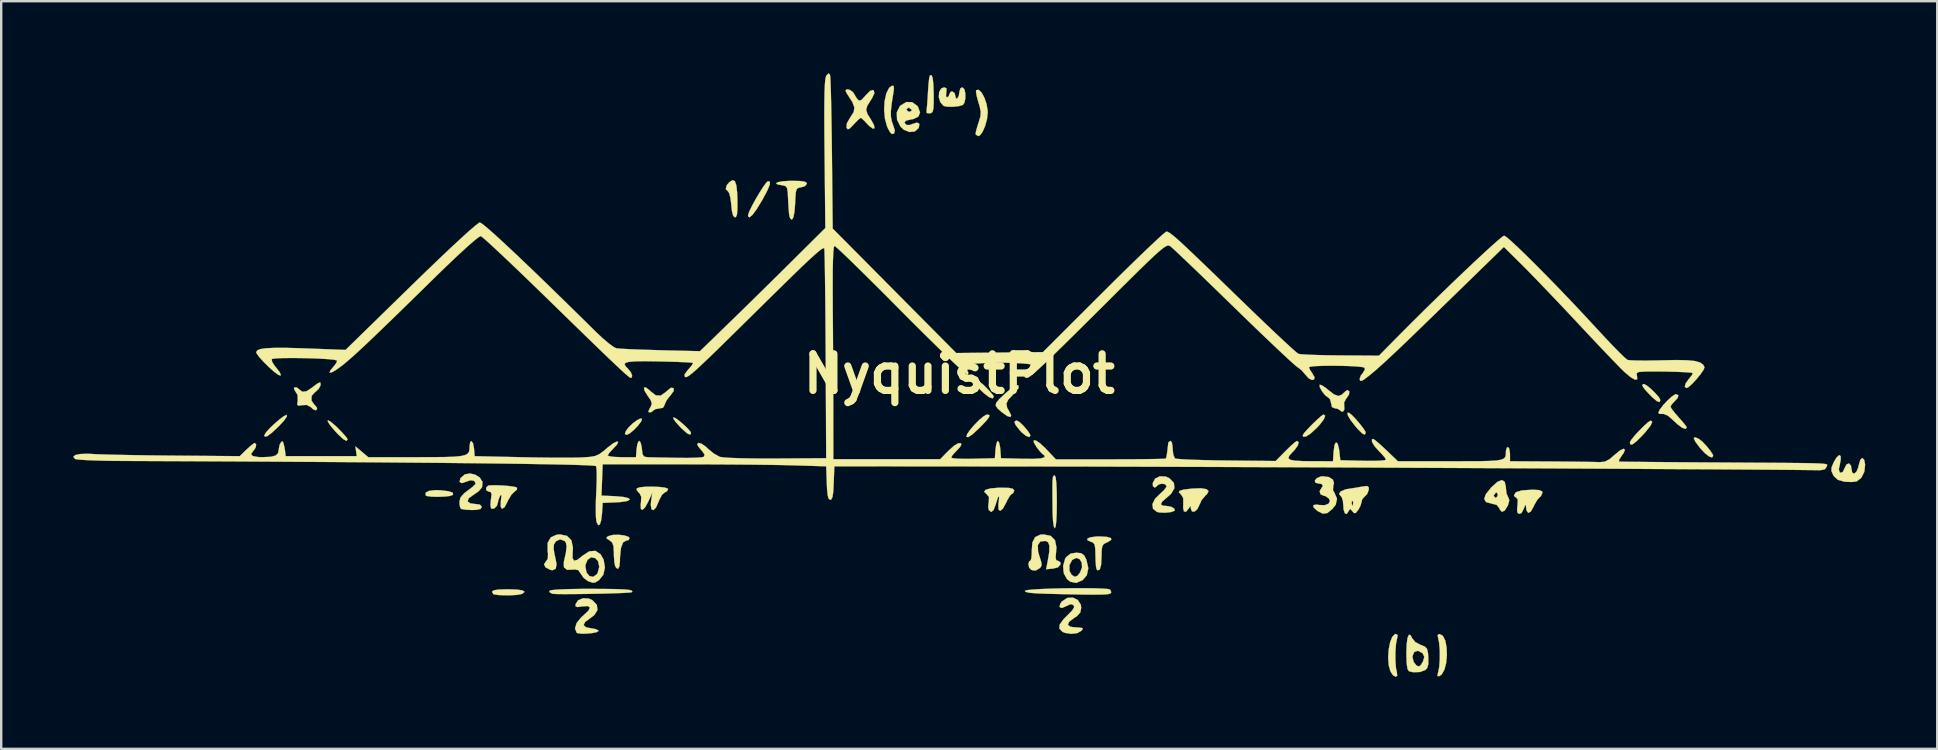
<source format=kicad_pcb>
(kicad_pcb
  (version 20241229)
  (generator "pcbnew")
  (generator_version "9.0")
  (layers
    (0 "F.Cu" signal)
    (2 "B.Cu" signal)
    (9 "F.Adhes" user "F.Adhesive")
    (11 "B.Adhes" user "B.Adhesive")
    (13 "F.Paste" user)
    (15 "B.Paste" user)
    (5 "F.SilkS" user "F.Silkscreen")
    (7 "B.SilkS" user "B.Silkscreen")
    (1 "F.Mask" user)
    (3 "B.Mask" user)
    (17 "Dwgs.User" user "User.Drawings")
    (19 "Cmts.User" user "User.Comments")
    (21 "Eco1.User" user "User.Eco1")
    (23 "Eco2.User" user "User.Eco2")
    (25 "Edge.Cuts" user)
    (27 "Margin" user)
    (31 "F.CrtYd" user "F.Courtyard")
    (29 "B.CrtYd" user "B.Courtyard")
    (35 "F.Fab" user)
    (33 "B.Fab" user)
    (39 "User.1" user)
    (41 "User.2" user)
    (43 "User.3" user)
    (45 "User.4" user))
  (footprint "NyquistPlot"
    (layer "F.Cu")
    (at 36.919 12.527)
    (property "Reference" "NyquistPlot" (at 0 0 0) (layer "F.SilkS") (effects (font (size 1.524 1.524) (thickness 0.3))))
    (attr through_hole)
    (fp_poly (pts (xy -13.22 1.872) (xy -13.256 1.984) (xy -13.383 2.153) (xy -13.555 2.333) (xy -13.728 2.477) (xy -13.858 2.54) (xy -13.863 2.54) (xy -13.933 2.504) (xy -13.889 2.377) (xy -13.773 2.224) (xy -13.605 2.064) (xy -13.428 1.932) (xy -13.284 1.859) (xy -13.22 1.872)) (stroke (width 0.01) (type solid)) (fill yes) (layer "F.SilkS"))
    (fp_poly (pts (xy -11.836 1.839) (xy -11.681 1.948) (xy -11.494 2.104) (xy -11.32 2.27) (xy -11.202 2.408) (xy -11.176 2.465) (xy -11.216 2.537) (xy -11.339 2.48) (xy -11.552 2.291) (xy -11.64 2.203) (xy -11.811 2.011) (xy -11.91 1.867) (xy -11.919 1.815) (xy -11.836 1.839)) (stroke (width 0.01) (type solid)) (fill yes) (layer "F.SilkS"))
    (fp_poly (pts (xy 0.751 0.255) (xy 0.98 0.434) (xy 1.066 0.516) (xy 1.262 0.718) (xy 1.397 0.877) (xy 1.439 0.949) (xy 1.388 1.021) (xy 1.247 0.973) (xy 1.036 0.815) (xy 0.856 0.645) (xy 0.646 0.401) (xy 0.569 0.248) (xy 0.609 0.197) (xy 0.751 0.255)) (stroke (width 0.01) (type solid)) (fill yes) (layer "F.SilkS"))
    (fp_poly (pts (xy 2.51 2.008) (xy 2.666 2.156) (xy 2.824 2.339) (xy 2.937 2.502) (xy 2.963 2.577) (xy 2.912 2.633) (xy 2.782 2.585) (xy 2.612 2.45) (xy 2.519 2.352) (xy 2.345 2.129) (xy 2.294 2) (xy 2.361 1.95) (xy 2.403 1.947) (xy 2.51 2.008)) (stroke (width 0.01) (type solid)) (fill yes) (layer "F.SilkS"))
    (fp_poly (pts (xy 30.808 2.704) (xy 30.95 2.815) (xy 31.123 2.995) (xy 31.285 3.193) (xy 31.392 3.357) (xy 31.411 3.416) (xy 31.362 3.484) (xy 31.233 3.437) (xy 31.052 3.292) (xy 30.862 3.086) (xy 30.67 2.83) (xy 30.6 2.68) (xy 30.653 2.641) (xy 30.808 2.704)) (stroke (width 0.01) (type solid)) (fill yes) (layer "F.SilkS"))
    (fp_poly (pts (xy -26.195 1.99) (xy -25.98 2.174) (xy -25.908 2.244) (xy -25.698 2.459) (xy -25.546 2.632) (xy -25.485 2.725) (xy -25.485 2.727) (xy -25.531 2.794) (xy -25.669 2.719) (xy -25.898 2.504) (xy -25.982 2.415) (xy -26.204 2.154) (xy -26.311 1.99) (xy -26.307 1.932) (xy -26.195 1.99)) (stroke (width 0.01) (type solid)) (fill yes) (layer "F.SilkS"))
    (fp_poly (pts (xy -21.611 4.85) (xy -21.272 4.891) (xy -21.1 4.953) (xy -21.095 5.036) (xy -21.105 5.046) (xy -21.224 5.087) (xy -21.447 5.113) (xy -21.718 5.123) (xy -21.978 5.117) (xy -22.17 5.093) (xy -22.235 5.063) (xy -22.235 4.95) (xy -22.091 4.875) (xy -21.823 4.844) (xy -21.611 4.85)) (stroke (width 0.01) (type solid)) (fill yes) (layer "F.SilkS"))
    (fp_poly (pts (xy 16.35 1.709) (xy 16.513 1.878) (xy 16.69 2.084) (xy 16.841 2.28) (xy 16.926 2.418) (xy 16.933 2.444) (xy 16.899 2.533) (xy 16.793 2.488) (xy 16.608 2.306) (xy 16.486 2.164) (xy 16.298 1.919) (xy 16.19 1.731) (xy 16.17 1.626) (xy 16.24 1.623) (xy 16.35 1.709)) (stroke (width 0.01) (type solid)) (fill yes) (layer "F.SilkS"))
    (fp_poly (pts (xy 28.64 0.481) (xy 28.813 0.622) (xy 28.997 0.801) (xy 29.146 0.971) (xy 29.21 1.086) (xy 29.21 1.089) (xy 29.176 1.177) (xy 29.066 1.14) (xy 28.872 0.974) (xy 28.762 0.864) (xy 28.547 0.63) (xy 28.457 0.49) (xy 28.484 0.429) (xy 28.527 0.423) (xy 28.64 0.481)) (stroke (width 0.01) (type solid)) (fill yes) (layer "F.SilkS"))
    (fp_poly (pts (xy -28.02 1.709) (xy -28.019 1.781) (xy -28.132 1.943) (xy -28.344 2.174) (xy -28.355 2.184) (xy -28.646 2.459) (xy -28.839 2.601) (xy -28.939 2.614) (xy -28.956 2.558) (xy -28.897 2.452) (xy -28.747 2.283) (xy -28.545 2.088) (xy -28.332 1.903) (xy -28.147 1.764) (xy -28.03 1.708) (xy -28.02 1.709)) (stroke (width 0.01) (type solid)) (fill yes) (layer "F.SilkS"))
    (fp_poly (pts (xy 1.251 1.716) (xy 1.244 1.795) (xy 1.131 1.948) (xy 0.902 2.189) (xy 0.814 2.276) (xy 0.544 2.524) (xy 0.371 2.636) (xy 0.296 2.625) (xy 0.321 2.521) (xy 0.439 2.346) (xy 0.616 2.138) (xy 0.815 1.935) (xy 1.002 1.775) (xy 1.141 1.696) (xy 1.161 1.693) (xy 1.251 1.716)) (stroke (width 0.01) (type solid)) (fill yes) (layer "F.SilkS"))
    (fp_poly (pts (xy 15.245 1.745) (xy 15.191 1.889) (xy 15.027 2.107) (xy 14.884 2.262) (xy 14.638 2.486) (xy 14.448 2.609) (xy 14.333 2.62) (xy 14.309 2.558) (xy 14.365 2.468) (xy 14.51 2.304) (xy 14.702 2.106) (xy 14.903 1.912) (xy 15.073 1.762) (xy 15.174 1.694) (xy 15.179 1.693) (xy 15.245 1.745)) (stroke (width 0.01) (type solid)) (fill yes) (layer "F.SilkS"))
    (fp_poly (pts (xy 28.873 1.999) (xy 28.804 2.152) (xy 28.607 2.403) (xy 28.479 2.544) (xy 28.222 2.804) (xy 28.054 2.936) (xy 27.964 2.946) (xy 27.94 2.854) (xy 27.996 2.749) (xy 28.139 2.572) (xy 28.331 2.363) (xy 28.532 2.162) (xy 28.704 2.01) (xy 28.809 1.947) (xy 28.811 1.947) (xy 28.873 1.999)) (stroke (width 0.01) (type solid)) (fill yes) (layer "F.SilkS"))
    (fp_poly (pts (xy -18.427 8.987) (xy -18.196 9.023) (xy -18.113 9.078) (xy -18.187 9.149) (xy -18.253 9.177) (xy -18.416 9.208) (xy -18.668 9.224) (xy -18.951 9.226) (xy -19.208 9.215) (xy -19.381 9.189) (xy -19.417 9.172) (xy -19.471 9.08) (xy -19.403 9.02) (xy -19.199 8.986) (xy -18.843 8.975) (xy -18.796 8.975) (xy -18.427 8.987)) (stroke (width 0.01) (type solid)) (fill yes) (layer "F.SilkS"))
    (fp_poly (pts (xy -7.891 -8.014) (xy -7.893 -7.894) (xy -7.99 -7.655) (xy -8.184 -7.289) (xy -8.234 -7.201) (xy -8.444 -6.858) (xy -8.615 -6.628) (xy -8.736 -6.523) (xy -8.796 -6.554) (xy -8.8 -6.618) (xy -8.755 -6.757) (xy -8.644 -6.986) (xy -8.493 -7.264) (xy -8.325 -7.549) (xy -8.165 -7.799) (xy -8.038 -7.97) (xy -7.98 -8.023) (xy -7.891 -8.014)) (stroke (width 0.01) (type solid)) (fill yes) (layer "F.SilkS"))
    (fp_poly (pts (xy -9.35 -8.03) (xy -9.288 -7.852) (xy -9.253 -7.526) (xy -9.243 -7.218) (xy -9.244 -6.858) (xy -9.263 -6.639) (xy -9.305 -6.537) (xy -9.347 -6.519) (xy -9.422 -6.585) (xy -9.474 -6.791) (xy -9.5 -7.044) (xy -9.535 -7.329) (xy -9.588 -7.531) (xy -9.637 -7.601) (xy -9.73 -7.698) (xy -9.693 -7.855) (xy -9.579 -7.99) (xy -9.446 -8.072) (xy -9.35 -8.03)) (stroke (width 0.01) (type solid)) (fill yes) (layer "F.SilkS"))
    (fp_poly (pts (xy 20.147 10.912) (xy 20.247 11.11) (xy 20.303 11.391) (xy 20.316 11.713) (xy 20.287 12.036) (xy 20.215 12.32) (xy 20.1 12.524) (xy 19.994 12.597) (xy 19.921 12.59) (xy 19.94 12.467) (xy 19.951 12.435) (xy 19.997 12.205) (xy 20.019 11.878) (xy 20.018 11.522) (xy 19.993 11.208) (xy 19.954 11.028) (xy 19.928 10.879) (xy 20.004 10.837) (xy 20.147 10.912)) (stroke (width 0.01) (type solid)) (fill yes) (layer "F.SilkS"))
    (fp_poly (pts (xy 18.266 10.882) (xy 18.24 11.028) (xy 18.195 11.255) (xy 18.172 11.578) (xy 18.171 11.928) (xy 18.192 12.239) (xy 18.23 12.425) (xy 18.248 12.576) (xy 18.182 12.62) (xy 18.073 12.56) (xy 17.963 12.401) (xy 17.963 12.4) (xy 17.891 12.14) (xy 17.868 11.823) (xy 17.889 11.493) (xy 17.948 11.191) (xy 18.037 10.96) (xy 18.152 10.844) (xy 18.188 10.837) (xy 18.266 10.882)) (stroke (width 0.01) (type solid)) (fill yes) (layer "F.SilkS"))
    (fp_poly (pts (xy -2.734 -11.995) (xy -2.723 -11.877) (xy -2.745 -11.716) (xy -2.817 -11.269) (xy -2.851 -10.947) (xy -2.849 -10.709) (xy -2.811 -10.517) (xy -2.766 -10.393) (xy -2.687 -10.148) (xy -2.711 -10.02) (xy -2.807 -9.991) (xy -2.881 -10.061) (xy -2.978 -10.236) (xy -3.005 -10.297) (xy -3.099 -10.632) (xy -3.133 -11.005) (xy -3.111 -11.371) (xy -3.039 -11.69) (xy -2.922 -11.918) (xy -2.805 -12.005) (xy -2.734 -11.995)) (stroke (width 0.01) (type solid)) (fill yes) (layer "F.SilkS"))
    (fp_poly (pts (xy 4.016 4.315) (xy 4.043 4.548) (xy 4.059 4.916) (xy 4.064 5.334) (xy 4.058 5.805) (xy 4.04 6.156) (xy 4.011 6.372) (xy 3.979 6.435) (xy 3.938 6.355) (xy 3.906 6.138) (xy 3.889 5.816) (xy 3.887 5.715) (xy 3.882 5.182) (xy 3.88 4.796) (xy 3.882 4.531) (xy 3.891 4.367) (xy 3.908 4.277) (xy 3.934 4.241) (xy 3.97 4.233) (xy 3.979 4.233) (xy 4.016 4.315)) (stroke (width 0.01) (type solid)) (fill yes) (layer "F.SilkS"))
    (fp_poly (pts (xy -1.109 -12.323) (xy -1.079 -12.051) (xy -1.066 -11.623) (xy -1.067 -11.263) (xy -1.081 -11.038) (xy -1.116 -10.915) (xy -1.177 -10.863) (xy -1.206 -10.855) (xy -1.336 -10.862) (xy -1.365 -10.895) (xy -1.358 -11.039) (xy -1.356 -11.049) (xy -1.343 -11.17) (xy -1.325 -11.411) (xy -1.306 -11.722) (xy -1.304 -11.761) (xy -1.283 -12.07) (xy -1.256 -12.307) (xy -1.231 -12.427) (xy -1.228 -12.432) (xy -1.158 -12.447) (xy -1.109 -12.323)) (stroke (width 0.01) (type solid)) (fill yes) (layer "F.SilkS"))
    (fp_poly (pts (xy 2.464 0.483) (xy 2.469 0.591) (xy 2.333 0.771) (xy 2.249 0.854) (xy 2.042 1.073) (xy 1.961 1.244) (xy 1.996 1.418) (xy 2.079 1.561) (xy 2.162 1.733) (xy 2.129 1.799) (xy 1.999 1.758) (xy 1.787 1.61) (xy 1.753 1.581) (xy 1.592 1.437) (xy 1.516 1.324) (xy 1.536 1.209) (xy 1.659 1.057) (xy 1.896 0.834) (xy 1.972 0.765) (xy 2.233 0.55) (xy 2.4 0.466) (xy 2.464 0.483)) (stroke (width 0.01) (type solid)) (fill yes) (layer "F.SilkS"))
    (fp_poly (pts (xy 0.927 -11.722) (xy 1.042 -11.516) (xy 1.133 -11.254) (xy 1.182 -10.973) (xy 1.185 -10.884) (xy 1.155 -10.614) (xy 1.078 -10.333) (xy 0.973 -10.091) (xy 0.86 -9.936) (xy 0.795 -9.906) (xy 0.689 -9.966) (xy 0.679 -10.012) (xy 0.706 -10.151) (xy 0.773 -10.38) (xy 0.809 -10.49) (xy 0.88 -10.725) (xy 0.894 -10.914) (xy 0.85 -11.138) (xy 0.796 -11.318) (xy 0.726 -11.574) (xy 0.695 -11.76) (xy 0.702 -11.821) (xy 0.807 -11.836) (xy 0.927 -11.722)) (stroke (width 0.01) (type solid)) (fill yes) (layer "F.SilkS"))
    (fp_poly (pts (xy -13.959 6.731) (xy -13.785 6.788) (xy -13.737 6.837) (xy -13.776 6.923) (xy -13.868 6.943) (xy -14.008 7.02) (xy -14.097 7.254) (xy -14.137 7.647) (xy -14.139 7.8) (xy -14.163 8.026) (xy -14.222 8.125) (xy -14.3 8.079) (xy -14.342 7.994) (xy -14.373 7.833) (xy -14.391 7.578) (xy -14.393 7.447) (xy -14.408 7.178) (xy -14.466 7.024) (xy -14.576 6.935) (xy -14.699 6.855) (xy -14.677 6.795) (xy -14.617 6.758) (xy -14.439 6.71) (xy -14.199 6.703) (xy -13.959 6.731)) (stroke (width 0.01) (type solid)) (fill yes) (layer "F.SilkS"))
    (fp_poly (pts (xy -14.759 8.961) (xy -14.292 8.968) (xy -13.962 8.981) (xy -13.751 9.002) (xy -13.644 9.032) (xy -13.623 9.072) (xy -13.641 9.097) (xy -13.734 9.111) (xy -13.965 9.126) (xy -14.301 9.139) (xy -14.711 9.152) (xy -15.163 9.162) (xy -15.624 9.17) (xy -16.064 9.175) (xy -16.449 9.177) (xy -16.748 9.174) (xy -16.93 9.166) (xy -16.959 9.162) (xy -17.073 9.097) (xy -17.083 9.043) (xy -16.988 9.011) (xy -16.734 8.986) (xy -16.329 8.969) (xy -15.783 8.959) (xy -15.379 8.958) (xy -14.759 8.961)) (stroke (width 0.01) (type solid)) (fill yes) (layer "F.SilkS"))
    (fp_poly (pts (xy 6.152 6.791) (xy 6.318 6.841) (xy 6.334 6.915) (xy 6.191 7.006) (xy 6.138 7.027) (xy 6.02 7.088) (xy 5.956 7.187) (xy 5.931 7.37) (xy 5.927 7.613) (xy 5.908 7.956) (xy 5.855 8.149) (xy 5.77 8.186) (xy 5.727 8.154) (xy 5.698 8.047) (xy 5.679 7.822) (xy 5.673 7.573) (xy 5.665 7.278) (xy 5.636 7.111) (xy 5.571 7.029) (xy 5.503 7.003) (xy 5.342 6.935) (xy 5.333 6.867) (xy 5.457 6.811) (xy 5.697 6.777) (xy 5.842 6.773) (xy 6.152 6.791)) (stroke (width 0.01) (type solid)) (fill yes) (layer "F.SilkS"))
    (fp_poly (pts (xy 5.614 8.934) (xy 5.955 8.945) (xy 6.19 8.964) (xy 6.283 8.985) (xy 6.331 9.092) (xy 6.317 9.129) (xy 6.281 9.156) (xy 6.201 9.177) (xy 6.058 9.191) (xy 5.836 9.198) (xy 5.517 9.199) (xy 5.084 9.194) (xy 4.52 9.183) (xy 3.808 9.166) (xy 3.656 9.162) (xy 3.206 9.145) (xy 2.911 9.119) (xy 2.758 9.081) (xy 2.73 9.04) (xy 2.819 9.011) (xy 3.048 8.987) (xy 3.384 8.966) (xy 3.797 8.949) (xy 4.258 8.937) (xy 4.734 8.93) (xy 5.197 8.929) (xy 5.614 8.934)) (stroke (width 0.01) (type solid)) (fill yes) (layer "F.SilkS"))
    (fp_poly (pts (xy 29.962 0.889) (xy 29.928 1.007) (xy 29.803 1.143) (xy 29.677 1.282) (xy 29.633 1.37) (xy 29.687 1.467) (xy 29.825 1.643) (xy 29.972 1.811) (xy 30.153 2.016) (xy 30.276 2.171) (xy 30.311 2.232) (xy 30.258 2.294) (xy 30.118 2.244) (xy 29.919 2.098) (xy 29.77 1.957) (xy 29.52 1.739) (xy 29.333 1.666) (xy 29.287 1.671) (xy 29.157 1.666) (xy 29.125 1.619) (xy 29.183 1.493) (xy 29.325 1.307) (xy 29.51 1.107) (xy 29.694 0.94) (xy 29.832 0.851) (xy 29.855 0.847) (xy 29.962 0.889)) (stroke (width 0.01) (type solid)) (fill yes) (layer "F.SilkS"))
    (fp_poly (pts (xy 10.3 4.803) (xy 10.387 4.886) (xy 10.322 5.011) (xy 10.264 5.061) (xy 10.098 5.256) (xy 10.004 5.463) (xy 9.917 5.641) (xy 9.801 5.738) (xy 9.697 5.737) (xy 9.649 5.619) (xy 9.649 5.615) (xy 9.639 5.508) (xy 9.594 5.554) (xy 9.561 5.609) (xy 9.443 5.747) (xy 9.358 5.729) (xy 9.325 5.57) (xy 9.332 5.44) (xy 9.33 5.177) (xy 9.24 5.027) (xy 9.236 5.023) (xy 9.148 4.934) (xy 9.18 4.87) (xy 9.346 4.823) (xy 9.663 4.783) (xy 9.701 4.779) (xy 10.068 4.766) (xy 10.3 4.803)) (stroke (width 0.01) (type solid)) (fill yes) (layer "F.SilkS"))
    (fp_poly (pts (xy -12.906 0.682) (xy -12.867 0.722) (xy -12.646 0.895) (xy -12.442 0.905) (xy -12.223 0.752) (xy -12.191 0.719) (xy -12.017 0.579) (xy -11.906 0.591) (xy -11.897 0.71) (xy -12.037 0.902) (xy -12.049 0.914) (xy -12.197 1.104) (xy -12.274 1.27) (xy -12.277 1.296) (xy -12.346 1.414) (xy -12.483 1.439) (xy -12.663 1.471) (xy -12.742 1.524) (xy -12.836 1.597) (xy -12.932 1.602) (xy -12.954 1.565) (xy -12.914 1.467) (xy -12.856 1.365) (xy -12.812 1.24) (xy -12.858 1.096) (xy -12.987 0.908) (xy -13.118 0.697) (xy -13.139 0.575) (xy -13.064 0.563) (xy -12.906 0.682)) (stroke (width 0.01) (type solid)) (fill yes) (layer "F.SilkS"))
    (fp_poly (pts (xy -12.516 4.71) (xy -12.28 4.737) (xy -12.146 4.779) (xy -12.133 4.794) (xy -12.174 4.89) (xy -12.256 4.93) (xy -12.384 5.036) (xy -12.503 5.256) (xy -12.527 5.321) (xy -12.64 5.575) (xy -12.748 5.68) (xy -12.827 5.639) (xy -12.854 5.451) (xy -12.842 5.313) (xy -12.792 4.953) (xy -12.954 5.313) (xy -13.089 5.56) (xy -13.199 5.666) (xy -13.267 5.629) (xy -13.276 5.446) (xy -13.264 5.362) (xy -13.251 5.122) (xy -13.32 4.979) (xy -13.359 4.946) (xy -13.446 4.835) (xy -13.434 4.769) (xy -13.312 4.727) (xy -13.084 4.704) (xy -12.801 4.699) (xy -12.516 4.71)) (stroke (width 0.01) (type solid)) (fill yes) (layer "F.SilkS"))
    (fp_poly (pts (xy 24.159 4.842) (xy 24.281 4.895) (xy 24.299 4.949) (xy 24.234 5.096) (xy 24.181 5.139) (xy 24.076 5.257) (xy 23.958 5.465) (xy 23.929 5.531) (xy 23.812 5.736) (xy 23.706 5.792) (xy 23.634 5.697) (xy 23.615 5.562) (xy 23.604 5.452) (xy 23.571 5.487) (xy 23.524 5.609) (xy 23.423 5.802) (xy 23.317 5.832) (xy 23.262 5.792) (xy 23.24 5.683) (xy 23.254 5.482) (xy 23.259 5.453) (xy 23.269 5.239) (xy 23.21 5.165) (xy 23.123 5.097) (xy 23.114 5.048) (xy 23.195 4.929) (xy 23.439 4.856) (xy 23.846 4.828) (xy 23.897 4.827) (xy 24.159 4.842)) (stroke (width 0.01) (type solid)) (fill yes) (layer "F.SilkS"))
    (fp_poly (pts (xy -26.622 0.358) (xy -26.61 0.472) (xy -26.692 0.627) (xy -26.831 0.757) (xy -26.849 0.767) (xy -26.985 0.919) (xy -26.989 1.115) (xy -26.882 1.27) (xy -26.775 1.392) (xy -26.755 1.45) (xy -26.804 1.521) (xy -26.92 1.479) (xy -27.015 1.39) (xy -27.189 1.294) (xy -27.373 1.305) (xy -27.543 1.326) (xy -27.589 1.269) (xy -27.564 1.133) (xy -27.571 0.878) (xy -27.645 0.76) (xy -27.722 0.626) (xy -27.701 0.56) (xy -27.589 0.574) (xy -27.516 0.636) (xy -27.372 0.745) (xy -27.202 0.727) (xy -26.972 0.577) (xy -26.927 0.54) (xy -26.754 0.41) (xy -26.639 0.355) (xy -26.622 0.358)) (stroke (width 0.01) (type solid)) (fill yes) (layer "F.SilkS"))
    (fp_poly (pts (xy 5.085 7.473) (xy 5.209 7.571) (xy 5.297 7.748) (xy 5.376 8.096) (xy 5.313 8.394) (xy 5.136 8.596) (xy 4.869 8.711) (xy 4.625 8.659) (xy 4.487 8.551) (xy 4.353 8.309) (xy 4.343 8.2) (xy 4.588 8.2) (xy 4.674 8.365) (xy 4.81 8.457) (xy 4.929 8.408) (xy 5.033 8.274) (xy 5.114 8.06) (xy 5.099 7.862) (xy 5.011 7.719) (xy 4.874 7.668) (xy 4.712 7.746) (xy 4.701 7.757) (xy 4.591 7.963) (xy 4.588 8.2) (xy 4.343 8.2) (xy 4.325 8.005) (xy 4.407 7.71) (xy 4.45 7.639) (xy 4.632 7.49) (xy 4.877 7.451) (xy 5.085 7.473)) (stroke (width 0.01) (type solid)) (fill yes) (layer "F.SilkS"))
    (fp_poly (pts (xy 15.101 0.472) (xy 15.265 0.582) (xy 15.367 0.666) (xy 15.618 0.859) (xy 15.801 0.922) (xy 15.947 0.862) (xy 16.002 0.804) (xy 16.124 0.698) (xy 16.182 0.677) (xy 16.252 0.735) (xy 16.234 0.866) (xy 16.141 1.005) (xy 16.124 1.021) (xy 16.03 1.199) (xy 16.039 1.322) (xy 16.043 1.485) (xy 15.985 1.577) (xy 15.899 1.556) (xy 15.876 1.525) (xy 15.756 1.453) (xy 15.658 1.439) (xy 15.527 1.385) (xy 15.494 1.237) (xy 15.449 1.062) (xy 15.372 0.987) (xy 15.246 0.893) (xy 15.117 0.734) (xy 15.025 0.57) (xy 15.009 0.459) (xy 15.014 0.452) (xy 15.101 0.472)) (stroke (width 0.01) (type solid)) (fill yes) (layer "F.SilkS"))
    (fp_poly (pts (xy -6.646 -8.036) (xy -6.448 -8.011) (xy -6.361 -7.961) (xy -6.35 -7.922) (xy -6.425 -7.823) (xy -6.583 -7.774) (xy -6.7 -7.753) (xy -6.771 -7.7) (xy -6.81 -7.578) (xy -6.829 -7.351) (xy -6.84 -7.091) (xy -6.868 -6.743) (xy -6.915 -6.515) (xy -6.976 -6.422) (xy -7.044 -6.478) (xy -7.07 -6.54) (xy -7.093 -6.674) (xy -7.114 -6.923) (xy -7.131 -7.235) (xy -7.131 -7.239) (xy -7.147 -7.549) (xy -7.173 -7.729) (xy -7.227 -7.816) (xy -7.324 -7.85) (xy -7.387 -7.858) (xy -7.585 -7.897) (xy -7.633 -7.943) (xy -7.549 -7.989) (xy -7.353 -8.025) (xy -7.061 -8.043) (xy -6.985 -8.043) (xy -6.646 -8.036)) (stroke (width 0.01) (type solid)) (fill yes) (layer "F.SilkS"))
    (fp_poly (pts (xy 0.208 -11.866) (xy 0.251 -11.692) (xy 0.253 -11.48) (xy 0.213 -11.294) (xy 0.15 -11.206) (xy -0.015 -11.155) (xy -0.255 -11.128) (xy -0.493 -11.129) (xy -0.649 -11.162) (xy -0.654 -11.164) (xy -0.793 -11.324) (xy -0.854 -11.535) (xy -0.839 -11.743) (xy -0.75 -11.894) (xy -0.629 -11.938) (xy -0.533 -11.898) (xy -0.537 -11.752) (xy -0.543 -11.726) (xy -0.555 -11.566) (xy -0.51 -11.515) (xy -0.433 -11.583) (xy -0.423 -11.642) (xy -0.356 -11.754) (xy -0.296 -11.769) (xy -0.193 -11.698) (xy -0.169 -11.594) (xy -0.137 -11.477) (xy -0.085 -11.472) (xy -0.019 -11.589) (xy 0 -11.731) (xy 0.045 -11.898) (xy 0.127 -11.938) (xy 0.208 -11.866)) (stroke (width 0.01) (type solid)) (fill yes) (layer "F.SilkS"))
    (fp_poly (pts (xy 2.059 4.751) (xy 2.223 4.783) (xy 2.284 4.845) (xy 2.286 4.868) (xy 2.239 4.981) (xy 2.198 4.995) (xy 2.117 5.067) (xy 2.008 5.248) (xy 1.945 5.382) (xy 1.814 5.619) (xy 1.704 5.709) (xy 1.634 5.65) (xy 1.626 5.445) (xy 1.636 5.366) (xy 1.661 5.149) (xy 1.645 5.091) (xy 1.595 5.188) (xy 1.524 5.419) (xy 1.431 5.669) (xy 1.331 5.755) (xy 1.228 5.673) (xy 1.226 5.671) (xy 1.204 5.531) (xy 1.227 5.339) (xy 1.237 5.133) (xy 1.139 5.011) (xy 1.127 5.004) (xy 1.035 4.908) (xy 1.098 4.829) (xy 1.302 4.772) (xy 1.633 4.745) (xy 1.757 4.743) (xy 2.059 4.751)) (stroke (width 0.01) (type solid)) (fill yes) (layer "F.SilkS"))
    (fp_poly (pts (xy -15.438 9.362) (xy -15.289 9.428) (xy -15.102 9.623) (xy -15.075 9.839) (xy -15.206 10.051) (xy -15.367 10.171) (xy -15.591 10.337) (xy -15.653 10.468) (xy -15.554 10.559) (xy -15.346 10.599) (xy -15.142 10.636) (xy -15.033 10.695) (xy -15.028 10.71) (xy -15.103 10.761) (xy -15.288 10.8) (xy -15.523 10.823) (xy -15.751 10.825) (xy -15.91 10.802) (xy -15.942 10.785) (xy -16.012 10.607) (xy -15.945 10.382) (xy -15.752 10.142) (xy -15.666 10.067) (xy -15.453 9.867) (xy -15.39 9.735) (xy -15.477 9.674) (xy -15.713 9.69) (xy -15.723 9.692) (xy -15.917 9.717) (xy -15.99 9.68) (xy -15.987 9.595) (xy -15.881 9.431) (xy -15.678 9.349) (xy -15.438 9.362)) (stroke (width 0.01) (type solid)) (fill yes) (layer "F.SilkS"))
    (fp_poly (pts (xy 22.727 4.497) (xy 22.775 4.722) (xy 22.775 4.764) (xy 22.802 4.987) (xy 22.867 5.137) (xy 22.87 5.141) (xy 22.918 5.263) (xy 22.864 5.464) (xy 22.849 5.497) (xy 22.725 5.696) (xy 22.607 5.749) (xy 22.515 5.647) (xy 22.498 5.594) (xy 22.388 5.459) (xy 22.172 5.404) (xy 21.946 5.342) (xy 21.869 5.212) (xy 21.914 5.085) (xy 22.267 5.085) (xy 22.332 5.162) (xy 22.352 5.165) (xy 22.426 5.096) (xy 22.437 5.033) (xy 22.396 4.945) (xy 22.352 4.953) (xy 22.271 5.061) (xy 22.267 5.085) (xy 21.914 5.085) (xy 21.941 5.01) (xy 22.163 4.732) (xy 22.164 4.73) (xy 22.418 4.501) (xy 22.607 4.423) (xy 22.727 4.497)) (stroke (width 0.01) (type solid)) (fill yes) (layer "F.SilkS"))
    (fp_poly (pts (xy -19.006 4.652) (xy -18.721 4.677) (xy -18.508 4.711) (xy -18.427 4.741) (xy -18.432 4.827) (xy -18.523 4.9) (xy -18.658 5.033) (xy -18.793 5.255) (xy -18.829 5.336) (xy -18.95 5.561) (xy -19.052 5.624) (xy -19.109 5.531) (xy -19.101 5.288) (xy -19.097 5.261) (xy -19.074 5.075) (xy -19.098 5.041) (xy -19.13 5.08) (xy -19.208 5.266) (xy -19.218 5.345) (xy -19.265 5.496) (xy -19.369 5.604) (xy -19.476 5.625) (xy -19.512 5.594) (xy -19.534 5.458) (xy -19.516 5.24) (xy -19.51 5.208) (xy -19.487 5.006) (xy -19.528 4.922) (xy -19.591 4.911) (xy -19.705 4.857) (xy -19.718 4.747) (xy -19.633 4.658) (xy -19.579 4.646) (xy -19.31 4.64) (xy -19.006 4.652)) (stroke (width 0.01) (type solid)) (fill yes) (layer "F.SilkS"))
    (fp_poly (pts (xy 8.599 4.277) (xy 8.756 4.348) (xy 8.941 4.541) (xy 8.963 4.763) (xy 8.824 4.998) (xy 8.678 5.128) (xy 8.462 5.314) (xy 8.396 5.432) (xy 8.479 5.492) (xy 8.631 5.503) (xy 8.816 5.534) (xy 8.949 5.606) (xy 8.979 5.687) (xy 8.962 5.708) (xy 8.816 5.76) (xy 8.584 5.784) (xy 8.351 5.777) (xy 8.234 5.751) (xy 8.071 5.621) (xy 8.046 5.429) (xy 8.156 5.205) (xy 8.34 5.02) (xy 8.52 4.855) (xy 8.625 4.715) (xy 8.636 4.678) (xy 8.57 4.596) (xy 8.427 4.575) (xy 8.289 4.62) (xy 8.255 4.657) (xy 8.149 4.742) (xy 8.07 4.686) (xy 8.059 4.553) (xy 8.158 4.365) (xy 8.356 4.268) (xy 8.599 4.277)) (stroke (width 0.01) (type solid)) (fill yes) (layer "F.SilkS"))
    (fp_poly (pts (xy 15.398 4.299) (xy 15.567 4.408) (xy 15.613 4.566) (xy 15.586 4.643) (xy 15.569 4.838) (xy 15.629 4.949) (xy 15.739 5.203) (xy 15.684 5.451) (xy 15.54 5.634) (xy 15.331 5.801) (xy 15.145 5.825) (xy 14.927 5.715) (xy 14.92 5.71) (xy 14.76 5.564) (xy 14.75 5.469) (xy 14.886 5.445) (xy 14.989 5.462) (xy 15.222 5.473) (xy 15.386 5.409) (xy 15.444 5.296) (xy 15.4 5.196) (xy 15.259 5.095) (xy 15.192 5.08) (xy 15.05 5.02) (xy 15.013 4.89) (xy 15.061 4.802) (xy 15.15 4.662) (xy 15.084 4.584) (xy 14.98 4.572) (xy 14.835 4.534) (xy 14.814 4.445) (xy 14.894 4.347) (xy 15.057 4.277) (xy 15.139 4.267) (xy 15.398 4.299)) (stroke (width 0.01) (type solid)) (fill yes) (layer "F.SilkS"))
    (fp_poly (pts (xy 4.939 9.422) (xy 5.063 9.618) (xy 5.08 9.743) (xy 5.044 9.938) (xy 4.909 10.089) (xy 4.78 10.173) (xy 4.576 10.328) (xy 4.524 10.454) (xy 4.624 10.534) (xy 4.749 10.554) (xy 5.005 10.571) (xy 5.126 10.59) (xy 5.143 10.628) (xy 5.09 10.699) (xy 5.08 10.71) (xy 4.911 10.803) (xy 4.66 10.831) (xy 4.403 10.792) (xy 4.297 10.746) (xy 4.169 10.615) (xy 4.184 10.443) (xy 4.346 10.217) (xy 4.503 10.061) (xy 4.707 9.854) (xy 4.786 9.719) (xy 4.761 9.638) (xy 4.645 9.593) (xy 4.471 9.67) (xy 4.454 9.681) (xy 4.267 9.757) (xy 4.176 9.711) (xy 4.209 9.572) (xy 4.28 9.477) (xy 4.498 9.335) (xy 4.734 9.322) (xy 4.939 9.422)) (stroke (width 0.01) (type solid)) (fill yes) (layer "F.SilkS"))
    (fp_poly (pts (xy -1.964 -11.321) (xy -1.752 -11.167) (xy -1.722 -11.125) (xy -1.635 -10.893) (xy -1.704 -10.718) (xy -1.919 -10.615) (xy -2.019 -10.599) (xy -2.223 -10.549) (xy -2.285 -10.466) (xy -2.203 -10.373) (xy -2.071 -10.368) (xy -1.947 -10.414) (xy -1.758 -10.471) (xy -1.662 -10.413) (xy -1.687 -10.258) (xy -1.696 -10.24) (xy -1.853 -10.1) (xy -2.074 -10.077) (xy -2.306 -10.167) (xy -2.449 -10.298) (xy -2.595 -10.592) (xy -2.605 -10.894) (xy -2.549 -11.007) (xy -2.201 -11.007) (xy -2.132 -10.932) (xy -2.069 -10.922) (xy -1.982 -10.963) (xy -1.99 -11.007) (xy -2.098 -11.088) (xy -2.122 -11.091) (xy -2.199 -11.027) (xy -2.201 -11.007) (xy -2.549 -11.007) (xy -2.476 -11.154) (xy -2.455 -11.176) (xy -2.213 -11.325) (xy -1.964 -11.321)) (stroke (width 0.01) (type solid)) (fill yes) (layer "F.SilkS"))
    (fp_poly (pts (xy 18.806 10.89) (xy 18.867 11.013) (xy 18.998 11.174) (xy 19.226 11.294) (xy 19.4 11.363) (xy 19.49 11.46) (xy 19.529 11.639) (xy 19.542 11.808) (xy 19.543 12.092) (xy 19.494 12.26) (xy 19.42 12.337) (xy 19.195 12.422) (xy 18.913 12.432) (xy 18.733 12.39) (xy 18.673 12.291) (xy 18.638 12.045) (xy 18.631 11.791) (xy 18.881 11.791) (xy 18.931 12.002) (xy 19.052 12.155) (xy 19.153 12.192) (xy 19.235 12.124) (xy 19.321 11.977) (xy 19.374 11.794) (xy 19.315 11.66) (xy 19.283 11.627) (xy 19.107 11.536) (xy 18.955 11.588) (xy 18.882 11.763) (xy 18.881 11.791) (xy 18.631 11.791) (xy 18.627 11.642) (xy 18.627 11.64) (xy 18.64 11.254) (xy 18.678 10.993) (xy 18.734 10.867) (xy 18.806 10.89)) (stroke (width 0.01) (type solid)) (fill yes) (layer "F.SilkS"))
    (fp_poly (pts (xy -20.165 4.201) (xy -19.978 4.323) (xy -19.868 4.496) (xy -19.878 4.7) (xy -19.897 4.742) (xy -20.034 4.899) (xy -20.238 5.039) (xy -20.44 5.183) (xy -20.486 5.31) (xy -20.379 5.395) (xy -20.193 5.419) (xy -19.974 5.446) (xy -19.897 5.534) (xy -19.897 5.546) (xy -19.943 5.627) (xy -20.104 5.666) (xy -20.306 5.673) (xy -20.557 5.662) (xy -20.731 5.634) (xy -20.772 5.616) (xy -20.814 5.497) (xy -20.828 5.331) (xy -20.782 5.146) (xy -20.624 4.969) (xy -20.489 4.868) (xy -20.292 4.719) (xy -20.17 4.602) (xy -20.151 4.565) (xy -20.216 4.455) (xy -20.378 4.436) (xy -20.54 4.492) (xy -20.729 4.553) (xy -20.821 4.504) (xy -20.789 4.362) (xy -20.774 4.335) (xy -20.605 4.188) (xy -20.388 4.15) (xy -20.165 4.201)) (stroke (width 0.01) (type solid)) (fill yes) (layer "F.SilkS"))
    (fp_poly (pts (xy 36.723 3.427) (xy 36.726 3.566) (xy 36.678 3.83) (xy 36.645 3.974) (xy 36.682 4.099) (xy 36.721 4.123) (xy 36.814 4.081) (xy 36.878 3.943) (xy 36.965 3.772) (xy 37.073 3.732) (xy 37.153 3.824) (xy 37.169 3.937) (xy 37.203 4.115) (xy 37.284 4.157) (xy 37.38 4.077) (xy 37.459 3.887) (xy 37.475 3.807) (xy 37.541 3.579) (xy 37.625 3.503) (xy 37.701 3.581) (xy 37.741 3.774) (xy 37.71 4.076) (xy 37.583 4.33) (xy 37.389 4.479) (xy 37.38 4.482) (xy 37.187 4.506) (xy 36.927 4.497) (xy 36.875 4.491) (xy 36.605 4.416) (xy 36.438 4.261) (xy 36.412 4.218) (xy 36.337 4.05) (xy 36.342 3.901) (xy 36.429 3.689) (xy 36.543 3.496) (xy 36.648 3.393) (xy 36.67 3.387) (xy 36.723 3.427)) (stroke (width 0.01) (type solid)) (fill yes) (layer "F.SilkS"))
    (fp_poly (pts (xy 17.06 4.726) (xy 17.062 4.828) (xy 16.991 5.013) (xy 16.906 5.094) (xy 16.786 5.23) (xy 16.764 5.319) (xy 16.717 5.495) (xy 16.624 5.666) (xy 16.516 5.798) (xy 16.442 5.798) (xy 16.38 5.725) (xy 16.293 5.631) (xy 16.24 5.679) (xy 16.226 5.713) (xy 16.143 5.837) (xy 16.065 5.811) (xy 16.012 5.656) (xy 16.002 5.508) (xy 15.99 5.369) (xy 16.347 5.369) (xy 16.363 5.479) (xy 16.392 5.48) (xy 16.412 5.367) (xy 16.399 5.318) (xy 16.361 5.286) (xy 16.347 5.369) (xy 15.99 5.369) (xy 15.982 5.283) (xy 15.933 5.138) (xy 15.917 5.122) (xy 15.825 5.01) (xy 15.884 4.902) (xy 16.077 4.818) (xy 16.192 4.795) (xy 16.492 4.748) (xy 16.771 4.7) (xy 16.814 4.692) (xy 16.994 4.672) (xy 17.06 4.726)) (stroke (width 0.01) (type solid)) (fill yes) (layer "F.SilkS"))
    (fp_poly (pts (xy 3.809 6.75) (xy 3.988 6.931) (xy 4.048 7.231) (xy 4.035 7.407) (xy 4.013 7.647) (xy 4.038 7.761) (xy 4.114 7.789) (xy 4.214 7.853) (xy 4.218 7.938) (xy 4.112 8.063) (xy 3.903 8.113) (xy 3.616 8.141) (xy 3.681 7.817) (xy 3.747 7.42) (xy 3.754 7.161) (xy 3.701 7.015) (xy 3.591 6.96) (xy 3.376 6.985) (xy 3.273 7.134) (xy 3.283 7.401) (xy 3.338 7.596) (xy 3.415 7.84) (xy 3.431 7.977) (xy 3.387 8.06) (xy 3.33 8.107) (xy 3.187 8.193) (xy 3.063 8.186) (xy 2.985 8.157) (xy 2.906 8.063) (xy 2.88 7.92) (xy 2.913 7.808) (xy 2.955 7.789) (xy 2.997 7.713) (xy 3.018 7.52) (xy 3.018 7.379) (xy 3.045 7.023) (xy 3.16 6.801) (xy 3.374 6.7) (xy 3.511 6.689) (xy 3.809 6.75)) (stroke (width 0.01) (type solid)) (fill yes) (layer "F.SilkS"))
    (fp_poly (pts (xy -4.561 -11.832) (xy -4.438 -11.746) (xy -4.408 -11.705) (xy -4.269 -11.474) (xy -4.171 -11.38) (xy -4.071 -11.416) (xy -3.927 -11.573) (xy -3.905 -11.599) (xy -3.721 -11.785) (xy -3.598 -11.828) (xy -3.564 -11.808) (xy -3.538 -11.693) (xy -3.629 -11.495) (xy -3.684 -11.41) (xy -3.833 -11.172) (xy -3.88 -10.999) (xy -3.824 -10.824) (xy -3.687 -10.607) (xy -3.557 -10.374) (xy -3.531 -10.238) (xy -3.599 -10.215) (xy -3.749 -10.324) (xy -3.822 -10.4) (xy -3.979 -10.565) (xy -4.088 -10.66) (xy -4.106 -10.668) (xy -4.185 -10.611) (xy -4.33 -10.467) (xy -4.398 -10.393) (xy -4.555 -10.231) (xy -4.643 -10.188) (xy -4.696 -10.25) (xy -4.7 -10.262) (xy -4.685 -10.438) (xy -4.546 -10.681) (xy -4.536 -10.695) (xy -4.399 -10.913) (xy -4.371 -11.104) (xy -4.455 -11.324) (xy -4.586 -11.528) (xy -4.693 -11.697) (xy -4.741 -11.801) (xy -4.741 -11.803) (xy -4.685 -11.858) (xy -4.561 -11.832)) (stroke (width 0.01) (type solid)) (fill yes) (layer "F.SilkS"))
    (fp_poly (pts (xy -16.341 6.751) (xy -16.161 6.936) (xy -16.098 7.242) (xy -16.107 7.406) (xy -16.114 7.671) (xy -16.052 7.784) (xy -15.912 7.749) (xy -15.698 7.578) (xy -15.418 7.395) (xy -15.164 7.373) (xy -14.951 7.51) (xy -14.818 7.742) (xy -14.764 8.067) (xy -14.831 8.369) (xy -15.008 8.591) (xy -15.012 8.594) (xy -15.159 8.688) (xy -15.27 8.704) (xy -15.436 8.648) (xy -15.474 8.633) (xy -15.652 8.5) (xy -15.766 8.335) (xy -15.874 8.177) (xy -16.029 8.148) (xy -16.086 8.158) (xy -16.343 8.164) (xy -16.474 8.057) (xy -16.474 8.037) (xy -15.579 8.037) (xy -15.53 8.279) (xy -15.409 8.426) (xy -15.254 8.456) (xy -15.105 8.351) (xy -15.068 8.293) (xy -15 8.035) (xy -15.055 7.8) (xy -15.169 7.676) (xy -15.344 7.645) (xy -15.491 7.749) (xy -15.573 7.954) (xy -15.579 8.037) (xy -16.474 8.037) (xy -16.478 7.84) (xy -16.473 7.82) (xy -16.389 7.44) (xy -16.363 7.188) (xy -16.392 7.031) (xy -16.45 6.958) (xy -16.632 6.896) (xy -16.805 6.973) (xy -16.892 7.116) (xy -16.901 7.296) (xy -16.86 7.544) (xy -16.842 7.61) (xy -16.779 7.928) (xy -16.815 8.12) (xy -16.948 8.182) (xy -17.039 8.165) (xy -17.242 8.061) (xy -17.303 7.934) (xy -17.225 7.82) (xy -17.145 7.702) (xy -17.137 7.495) (xy -17.154 7.374) (xy -17.15 7.038) (xy -17.021 6.811) (xy -16.771 6.699) (xy -16.637 6.689) (xy -16.341 6.751)) (stroke (width 0.01) (type solid)) (fill yes) (layer "F.SilkS"))
    (fp_poly (pts (xy -5.397 -12.476) (xy -5.385 -12.446) (xy -5.373 -12.335) (xy -5.361 -12.074) (xy -5.349 -11.683) (xy -5.337 -11.182) (xy -5.326 -10.59) (xy -5.316 -9.927) (xy -5.307 -9.213) (xy -5.307 -9.186) (xy -5.275 -6.054) (xy -0.127 -0.868) (xy 1.679 -0.887) (xy 3.486 -0.907) (xy 6.001 -3.417) (xy 6.54 -3.953) (xy 7.046 -4.45) (xy 7.504 -4.895) (xy 7.902 -5.277) (xy 8.226 -5.581) (xy 8.463 -5.797) (xy 8.601 -5.911) (xy 8.629 -5.927) (xy 8.678 -5.918) (xy 8.745 -5.885) (xy 8.841 -5.817) (xy 8.977 -5.707) (xy 9.163 -5.543) (xy 9.409 -5.316) (xy 9.727 -5.016) (xy 10.126 -4.634) (xy 10.618 -4.16) (xy 11.213 -3.584) (xy 11.714 -3.097) (xy 12.232 -2.596) (xy 12.716 -2.132) (xy 13.152 -1.718) (xy 13.525 -1.369) (xy 13.821 -1.096) (xy 14.026 -0.914) (xy 14.125 -0.836) (xy 14.127 -0.834) (xy 14.253 -0.817) (xy 14.519 -0.8) (xy 14.896 -0.786) (xy 15.355 -0.775) (xy 15.867 -0.769) (xy 15.875 -0.769) (xy 17.484 -0.758) (xy 18.415 -1.7) (xy 18.916 -2.202) (xy 19.438 -2.719) (xy 19.967 -3.236) (xy 20.488 -3.74) (xy 20.987 -4.218) (xy 21.45 -4.655) (xy 21.861 -5.038) (xy 22.207 -5.353) (xy 22.473 -5.587) (xy 22.644 -5.725) (xy 22.702 -5.757) (xy 22.8 -5.698) (xy 22.998 -5.528) (xy 23.283 -5.264) (xy 23.64 -4.918) (xy 24.055 -4.506) (xy 24.514 -4.042) (xy 25.002 -3.541) (xy 25.504 -3.016) (xy 26.007 -2.482) (xy 26.496 -1.953) (xy 26.541 -1.905) (xy 26.901 -1.516) (xy 27.229 -1.17) (xy 27.507 -0.887) (xy 27.714 -0.686) (xy 27.832 -0.587) (xy 27.842 -0.581) (xy 27.973 -0.565) (xy 28.239 -0.556) (xy 28.609 -0.553) (xy 29.048 -0.559) (xy 29.295 -0.565) (xy 29.886 -0.576) (xy 30.331 -0.567) (xy 30.648 -0.535) (xy 30.861 -0.476) (xy 30.989 -0.388) (xy 31.05 -0.279) (xy 31.013 -0.173) (xy 30.891 0.006) (xy 30.72 0.215) (xy 30.538 0.412) (xy 30.382 0.551) (xy 30.3 0.593) (xy 30.228 0.538) (xy 30.263 0.399) (xy 30.392 0.216) (xy 30.41 0.196) (xy 30.526 0.051) (xy 30.558 -0.034) (xy 30.556 -0.037) (xy 30.461 -0.054) (xy 30.234 -0.07) (xy 29.915 -0.084) (xy 29.543 -0.094) (xy 29.155 -0.1) (xy 28.791 -0.1) (xy 28.548 -0.096) (xy 28.323 -0.08) (xy 28.229 -0.036) (xy 28.228 0.057) (xy 28.236 0.085) (xy 28.247 0.226) (xy 28.156 0.244) (xy 27.977 0.143) (xy 27.719 -0.073) (xy 27.684 -0.106) (xy 27.523 -0.266) (xy 27.267 -0.529) (xy 26.936 -0.875) (xy 26.551 -1.28) (xy 26.131 -1.726) (xy 25.766 -2.117) (xy 25.305 -2.609) (xy 24.834 -3.106) (xy 24.381 -3.581) (xy 23.972 -4.006) (xy 23.633 -4.353) (xy 23.459 -4.528) (xy 22.69 -5.288) (xy 21.865 -4.485) (xy 21.574 -4.202) (xy 21.189 -3.827) (xy 20.737 -3.387) (xy 20.244 -2.908) (xy 19.739 -2.416) (xy 19.343 -2.031) (xy 18.698 -1.407) (xy 18.16 -0.895) (xy 17.72 -0.485) (xy 17.366 -0.168) (xy 17.089 0.065) (xy 16.877 0.224) (xy 16.792 0.279) (xy 16.7 0.291) (xy 16.682 0.202) (xy 16.734 0.064) (xy 16.812 -0.036) (xy 16.896 -0.174) (xy 16.891 -0.253) (xy 16.795 -0.283) (xy 16.572 -0.307) (xy 16.258 -0.325) (xy 15.892 -0.335) (xy 15.51 -0.339) (xy 15.149 -0.335) (xy 14.846 -0.323) (xy 14.64 -0.303) (xy 14.565 -0.275) (xy 14.614 -0.165) (xy 14.692 -0.047) (xy 14.804 0.141) (xy 14.779 0.237) (xy 14.692 0.254) (xy 14.56 0.189) (xy 14.425 0.039) (xy 14.256 -0.157) (xy 14.093 -0.279) (xy 13.992 -0.359) (xy 13.784 -0.545) (xy 13.483 -0.823) (xy 13.104 -1.18) (xy 12.66 -1.603) (xy 12.165 -2.079) (xy 11.634 -2.594) (xy 11.434 -2.788) (xy 10.893 -3.315) (xy 10.384 -3.809) (xy 9.922 -4.255) (xy 9.52 -4.64) (xy 9.192 -4.952) (xy 8.952 -5.177) (xy 8.814 -5.301) (xy 8.792 -5.319) (xy 8.744 -5.344) (xy 8.686 -5.347) (xy 8.607 -5.317) (xy 8.496 -5.244) (xy 8.341 -5.118) (xy 8.13 -4.929) (xy 7.852 -4.666) (xy 7.496 -4.32) (xy 7.049 -3.879) (xy 6.501 -3.335) (xy 6.15 -2.985) (xy 5.436 -2.276) (xy 4.833 -1.677) (xy 4.33 -1.182) (xy 3.917 -0.779) (xy 3.586 -0.462) (xy 3.327 -0.22) (xy 3.131 -0.045) (xy 2.988 0.072) (xy 2.888 0.14) (xy 2.823 0.167) (xy 2.806 0.169) (xy 2.717 0.132) (xy 2.763 0.012) (xy 2.893 -0.142) (xy 3.01 -0.287) (xy 3.043 -0.371) (xy 3.041 -0.373) (xy 2.927 -0.406) (xy 2.681 -0.433) (xy 2.34 -0.452) (xy 1.942 -0.463) (xy 1.524 -0.464) (xy 1.123 -0.454) (xy 0.978 -0.447) (xy 0.181 -0.399) (xy 0.307 -0.207) (xy 0.379 -0.038) (xy 0.348 0.037) (xy 0.273 -0.011) (xy 0.091 -0.167) (xy -0.184 -0.421) (xy -0.541 -0.761) (xy -0.967 -1.175) (xy -1.45 -1.65) (xy -1.979 -2.176) (xy -2.423 -2.622) (xy -2.978 -3.182) (xy -3.499 -3.702) (xy -3.973 -4.171) (xy -4.387 -4.578) (xy -4.73 -4.909) (xy -4.988 -5.153) (xy -5.149 -5.298) (xy -5.2 -5.334) (xy -5.228 -5.27) (xy -5.249 -5.074) (xy -5.264 -4.737) (xy -5.273 -4.255) (xy -5.275 -3.618) (xy -5.272 -2.821) (xy -5.271 -2.646) (xy -5.265 -1.877) (xy -5.26 -1.066) (xy -5.256 -0.252) (xy -5.253 0.52) (xy -5.25 1.209) (xy -5.25 1.774) (xy -5.25 1.799) (xy -5.249 3.556) (xy -0.796 3.556) (xy -0.466 3.217) (xy -0.231 3.004) (xy -0.047 2.891) (xy 0.063 2.888) (xy 0.085 2.949) (xy 0.029 3.049) (xy -0.109 3.2) (xy -0.127 3.217) (xy -0.27 3.371) (xy -0.338 3.482) (xy -0.339 3.489) (xy -0.26 3.516) (xy -0.046 3.535) (xy 0.267 3.542) (xy 0.572 3.538) (xy 1.482 3.514) (xy 1.508 3.154) (xy 1.539 2.934) (xy 1.588 2.807) (xy 1.609 2.794) (xy 1.66 2.869) (xy 1.7 3.059) (xy 1.71 3.154) (xy 1.736 3.514) (xy 2.646 3.538) (xy 3.109 3.541) (xy 3.411 3.519) (xy 3.554 3.473) (xy 3.546 3.4) (xy 3.475 3.347) (xy 3.375 3.248) (xy 3.236 3.074) (xy 3.22 3.051) (xy 3.105 2.857) (xy 3.102 2.767) (xy 3.192 2.778) (xy 3.356 2.886) (xy 3.575 3.087) (xy 3.617 3.131) (xy 4.022 3.56) (xy 6.299 3.56) (xy 6.902 3.559) (xy 7.447 3.556) (xy 7.912 3.551) (xy 8.275 3.545) (xy 8.514 3.538) (xy 8.605 3.53) (xy 8.606 3.53) (xy 8.635 3.434) (xy 8.665 3.239) (xy 8.669 3.21) (xy 8.694 2.997) (xy 8.71 2.863) (xy 8.711 2.857) (xy 8.787 2.796) (xy 8.805 2.794) (xy 8.859 2.869) (xy 8.888 3.056) (xy 8.89 3.128) (xy 8.914 3.356) (xy 8.974 3.507) (xy 8.993 3.525) (xy 9.103 3.543) (xy 9.358 3.562) (xy 9.733 3.579) (xy 10.204 3.593) (xy 10.745 3.605) (xy 11.138 3.61) (xy 13.181 3.631) (xy 13.594 3.213) (xy 13.808 3.004) (xy 13.979 2.854) (xy 14.071 2.794) (xy 14.073 2.794) (xy 14.142 2.847) (xy 14.104 2.984) (xy 13.973 3.168) (xy 13.885 3.26) (xy 13.751 3.406) (xy 13.712 3.509) (xy 13.784 3.577) (xy 13.982 3.617) (xy 14.322 3.635) (xy 14.706 3.639) (xy 15.569 3.641) (xy 15.595 3.239) (xy 15.634 2.964) (xy 15.695 2.852) (xy 15.762 2.903) (xy 15.819 3.118) (xy 15.833 3.217) (xy 15.875 3.598) (xy 16.828 3.622) (xy 17.206 3.626) (xy 17.514 3.618) (xy 17.716 3.599) (xy 17.78 3.575) (xy 17.724 3.48) (xy 17.581 3.316) (xy 17.484 3.217) (xy 17.297 3.008) (xy 17.195 2.834) (xy 17.193 2.728) (xy 17.243 2.709) (xy 17.326 2.764) (xy 17.498 2.909) (xy 17.724 3.115) (xy 17.787 3.175) (xy 18.275 3.641) (xy 20.474 3.641) (xy 21.157 3.64) (xy 21.69 3.638) (xy 22.091 3.628) (xy 22.378 3.61) (xy 22.572 3.577) (xy 22.689 3.529) (xy 22.75 3.46) (xy 22.772 3.367) (xy 22.775 3.247) (xy 22.775 3.21) (xy 22.812 3.077) (xy 22.86 3.048) (xy 22.916 3.122) (xy 22.944 3.305) (xy 22.945 3.344) (xy 22.945 3.641) (xy 24.68 3.651) (xy 25.224 3.655) (xy 25.726 3.66) (xy 26.155 3.666) (xy 26.481 3.672) (xy 26.674 3.678) (xy 26.691 3.678) (xy 26.894 3.659) (xy 27.092 3.556) (xy 27.316 3.364) (xy 27.533 3.187) (xy 27.678 3.12) (xy 27.734 3.158) (xy 27.68 3.297) (xy 27.594 3.419) (xy 27.496 3.571) (xy 27.483 3.651) (xy 27.489 3.654) (xy 27.586 3.658) (xy 27.835 3.662) (xy 28.217 3.666) (xy 28.715 3.671) (xy 29.312 3.676) (xy 29.99 3.682) (xy 30.73 3.687) (xy 31.2 3.69) (xy 32.246 3.696) (xy 33.135 3.701) (xy 33.88 3.705) (xy 34.494 3.71) (xy 34.988 3.715) (xy 35.376 3.72) (xy 35.669 3.727) (xy 35.881 3.736) (xy 36.024 3.747) (xy 36.111 3.761) (xy 36.153 3.778) (xy 36.164 3.799) (xy 36.156 3.824) (xy 36.142 3.853) (xy 36.136 3.873) (xy 36.06 3.98) (xy 35.869 4.014) (xy 35.812 4.014) (xy 35.585 4.01) (xy 35.2 4.006) (xy 34.666 4) (xy 33.995 3.995) (xy 33.196 3.989) (xy 32.28 3.983) (xy 31.258 3.976) (xy 30.14 3.97) (xy 28.937 3.963) (xy 27.659 3.955) (xy 26.317 3.948) (xy 24.921 3.941) (xy 23.482 3.934) (xy 22.009 3.927) (xy 20.515 3.92) (xy 19.008 3.913) (xy 17.501 3.906) (xy 16.002 3.899) (xy 14.523 3.893) (xy 13.075 3.887) (xy 11.667 3.882) (xy 10.31 3.877) (xy 9.015 3.873) (xy 7.792 3.869) (xy 6.652 3.866) (xy 5.605 3.863) (xy 4.662 3.861) (xy 3.833 3.86) (xy 3.81 3.86) (xy -5.207 3.852) (xy -5.232 4.551) (xy -5.251 4.913) (xy -5.284 5.132) (xy -5.333 5.233) (xy -5.376 5.249) (xy -5.44 5.208) (xy -5.483 5.066) (xy -5.51 4.797) (xy -5.521 4.551) (xy -5.546 3.852) (xy -6.943 3.81) (xy -7.358 3.8) (xy -7.913 3.791) (xy -8.577 3.783) (xy -9.318 3.777) (xy -10.108 3.772) (xy -10.916 3.769) (xy -11.599 3.768) (xy -14.859 3.768) (xy -14.884 4.42) (xy -14.908 5.072) (xy -14.34 5.097) (xy -13.98 5.13) (xy -13.775 5.182) (xy -13.727 5.242) (xy -13.84 5.299) (xy -14.115 5.341) (xy -14.282 5.351) (xy -14.859 5.376) (xy -14.885 5.8) (xy -14.92 6.097) (xy -14.975 6.271) (xy -15.04 6.308) (xy -15.105 6.193) (xy -15.12 6.139) (xy -15.14 5.961) (xy -15.146 5.659) (xy -15.141 5.278) (xy -15.126 4.92) (xy -15.11 4.524) (xy -15.106 4.186) (xy -15.115 3.945) (xy -15.135 3.841) (xy -15.229 3.826) (xy -15.489 3.81) (xy -15.911 3.795) (xy -16.49 3.779) (xy -17.224 3.765) (xy -18.107 3.75) (xy -19.138 3.736) (xy -20.31 3.722) (xy -21.622 3.708) (xy -23.068 3.696) (xy -24.646 3.683) (xy -26.351 3.671) (xy -28.18 3.66) (xy -30.128 3.649) (xy -32.192 3.639) (xy -34.368 3.63) (xy -34.851 3.628) (xy -35.403 3.623) (xy -35.9 3.612) (xy -36.318 3.596) (xy -36.631 3.577) (xy -36.811 3.556) (xy -36.841 3.546) (xy -36.914 3.455) (xy -36.84 3.385) (xy -36.638 3.34) (xy -36.33 3.329) (xy -36.11 3.339) (xy -35.879 3.351) (xy -35.505 3.362) (xy -35.012 3.374) (xy -34.429 3.385) (xy -33.779 3.395) (xy -33.09 3.403) (xy -32.75 3.406) (xy -29.981 3.429) (xy -29.698 3.154) (xy -29.517 2.991) (xy -29.386 2.892) (xy -29.354 2.879) (xy -29.296 2.938) (xy -29.317 3.069) (xy -29.405 3.202) (xy -29.421 3.217) (xy -29.511 3.34) (xy -29.439 3.424) (xy -29.207 3.466) (xy -29.043 3.471) (xy -28.692 3.456) (xy -28.481 3.402) (xy -28.381 3.299) (xy -28.362 3.187) (xy -28.325 2.978) (xy -28.282 2.881) (xy -28.211 2.799) (xy -28.165 2.868) (xy -28.16 2.881) (xy -28.117 3.062) (xy -28.092 3.217) (xy -28.067 3.429) (xy -25.104 3.429) (xy -25.133 3.224) (xy -25.161 3.02) (xy -24.625 3.471) (xy -22.616 3.471) (xy -21.948 3.47) (xy -21.43 3.465) (xy -21.043 3.451) (xy -20.768 3.424) (xy -20.586 3.382) (xy -20.478 3.32) (xy -20.424 3.234) (xy -20.406 3.121) (xy -20.405 3.031) (xy -20.38 2.842) (xy -20.323 2.801) (xy -20.26 2.896) (xy -20.219 3.111) (xy -20.193 3.429) (xy -18.288 3.471) (xy -17.69 3.483) (xy -17.107 3.49) (xy -16.574 3.492) (xy -16.127 3.491) (xy -15.803 3.485) (xy -15.735 3.482) (xy -15.399 3.461) (xy -15.172 3.422) (xy -14.992 3.342) (xy -14.8 3.199) (xy -14.655 3.073) (xy -14.425 2.896) (xy -14.271 2.82) (xy -14.212 2.839) (xy -14.265 2.95) (xy -14.436 3.133) (xy -14.579 3.286) (xy -14.647 3.395) (xy -14.647 3.401) (xy -14.57 3.436) (xy -14.366 3.461) (xy -14.079 3.471) (xy -14.06 3.471) (xy -13.472 3.471) (xy -13.446 3.131) (xy -13.411 2.918) (xy -13.355 2.8) (xy -13.335 2.791) (xy -13.276 2.866) (xy -13.232 3.054) (xy -13.224 3.131) (xy -13.197 3.349) (xy -13.13 3.447) (xy -12.983 3.475) (xy -12.928 3.476) (xy -12.733 3.48) (xy -12.417 3.486) (xy -12.027 3.493) (xy -11.701 3.5) (xy -11.309 3.502) (xy -10.976 3.494) (xy -10.74 3.477) (xy -10.645 3.457) (xy -10.611 3.369) (xy -10.716 3.214) (xy -10.734 3.195) (xy -10.864 3.041) (xy -10.922 2.94) (xy -10.922 2.937) (xy -10.868 2.874) (xy -10.732 2.914) (xy -10.55 3.043) (xy -10.458 3.131) (xy -10.233 3.317) (xy -9.992 3.449) (xy -9.956 3.462) (xy -9.799 3.483) (xy -9.501 3.502) (xy -9.087 3.516) (xy -8.584 3.525) (xy -8.02 3.528) (xy -7.62 3.527) (xy -5.546 3.514) (xy -5.567 -0.84) (xy -5.572 -1.682) (xy -5.578 -2.472) (xy -5.585 -3.194) (xy -5.593 -3.832) (xy -5.6 -4.369) (xy -5.608 -4.79) (xy -5.616 -5.079) (xy -5.624 -5.22) (xy -5.627 -5.231) (xy -5.664 -5.236) (xy -5.739 -5.197) (xy -5.859 -5.106) (xy -6.036 -4.953) (xy -6.28 -4.73) (xy -6.6 -4.426) (xy -7.006 -4.034) (xy -7.508 -3.542) (xy -8.117 -2.943) (xy -8.34 -2.723) (xy -9.016 -2.056) (xy -9.583 -1.498) (xy -10.05 -1.041) (xy -10.427 -0.675) (xy -10.726 -0.391) (xy -10.955 -0.179) (xy -11.126 -0.03) (xy -11.249 0.066) (xy -11.333 0.118) (xy -11.389 0.136) (xy -11.427 0.128) (xy -11.433 0.125) (xy -11.449 0.028) (xy -11.32 -0.151) (xy -11.295 -0.178) (xy -11.156 -0.339) (xy -11.095 -0.443) (xy -11.098 -0.457) (xy -11.19 -0.47) (xy -11.423 -0.485) (xy -11.767 -0.499) (xy -12.194 -0.512) (xy -12.524 -0.519) (xy -13.084 -0.527) (xy -13.491 -0.522) (xy -13.759 -0.501) (xy -13.906 -0.46) (xy -13.946 -0.396) (xy -13.894 -0.305) (xy -13.803 -0.214) (xy -13.682 -0.063) (xy -13.629 0.082) (xy -13.661 0.165) (xy -13.687 0.169) (xy -13.725 0.152) (xy -13.8 0.096) (xy -13.922 -0.009) (xy -14.098 -0.169) (xy -14.338 -0.394) (xy -14.65 -0.691) (xy -15.042 -1.069) (xy -15.524 -1.535) (xy -16.104 -2.099) (xy -16.79 -2.767) (xy -17.293 -3.258) (xy -17.837 -3.786) (xy -18.347 -4.277) (xy -18.809 -4.718) (xy -19.21 -5.095) (xy -19.536 -5.398) (xy -19.775 -5.613) (xy -19.913 -5.727) (xy -19.939 -5.742) (xy -20.032 -5.692) (xy -20.231 -5.533) (xy -20.521 -5.279) (xy -20.888 -4.942) (xy -21.32 -4.533) (xy -21.801 -4.067) (xy -21.823 -4.045) (xy -22.587 -3.295) (xy -23.243 -2.655) (xy -23.799 -2.114) (xy -24.267 -1.663) (xy -24.657 -1.291) (xy -24.98 -0.989) (xy -25.246 -0.746) (xy -25.466 -0.553) (xy -25.65 -0.399) (xy -25.724 -0.34) (xy -25.982 -0.153) (xy -26.158 -0.057) (xy -26.237 -0.053) (xy -26.206 -0.142) (xy -26.077 -0.296) (xy -25.958 -0.45) (xy -25.924 -0.55) (xy -25.929 -0.557) (xy -26.037 -0.586) (xy -26.276 -0.612) (xy -26.611 -0.633) (xy -27.005 -0.649) (xy -27.423 -0.658) (xy -27.83 -0.661) (xy -28.189 -0.657) (xy -28.466 -0.645) (xy -28.625 -0.623) (xy -28.648 -0.611) (xy -28.63 -0.5) (xy -28.519 -0.325) (xy -28.447 -0.24) (xy -28.312 -0.065) (xy -28.268 0.051) (xy -28.286 0.073) (xy -28.387 0.032) (xy -28.563 -0.101) (xy -28.777 -0.292) (xy -28.992 -0.504) (xy -29.171 -0.703) (xy -29.279 -0.854) (xy -29.295 -0.901) (xy -29.254 -0.977) (xy -29.123 -1.032) (xy -28.887 -1.067) (xy -28.53 -1.084) (xy -28.039 -1.084) (xy -27.398 -1.066) (xy -27.168 -1.058) (xy -25.573 -0.997) (xy -22.854 -3.652) (xy -22.225 -4.263) (xy -21.653 -4.811) (xy -21.149 -5.288) (xy -20.721 -5.684) (xy -20.381 -5.991) (xy -20.136 -6.199) (xy -19.998 -6.3) (xy -19.976 -6.308) (xy -19.875 -6.248) (xy -19.66 -6.074) (xy -19.34 -5.792) (xy -18.92 -5.406) (xy -18.406 -4.924) (xy -17.805 -4.351) (xy -17.123 -3.693) (xy -16.367 -2.956) (xy -15.542 -2.146) (xy -15.151 -1.76) (xy -14.863 -1.489) (xy -14.599 -1.265) (xy -14.392 -1.115) (xy -14.294 -1.067) (xy -14.15 -1.052) (xy -13.867 -1.035) (xy -13.474 -1.018) (xy -13.002 -1.001) (xy -12.481 -0.986) (xy -12.451 -0.985) (xy -10.805 -0.944) (xy -9.572 -2.141) (xy -9.112 -2.589) (xy -8.576 -3.114) (xy -8.009 -3.671) (xy -7.454 -4.218) (xy -6.961 -4.706) (xy -5.582 -6.076) (xy -5.613 -9.179) (xy -5.621 -10.032) (xy -5.624 -10.73) (xy -5.622 -11.287) (xy -5.615 -11.716) (xy -5.602 -12.032) (xy -5.584 -12.248) (xy -5.56 -12.378) (xy -5.538 -12.428) (xy -5.449 -12.522) (xy -5.397 -12.476)) (stroke (width 0.01) (type solid)) (fill yes) (layer "F.SilkS")))
  (gr_rect
    (start -3 -3)
    (end 77.665 28.152)
    (stroke (width 0.1) (type default))
    (fill no)
    (layer "Edge.Cuts")))
</source>
